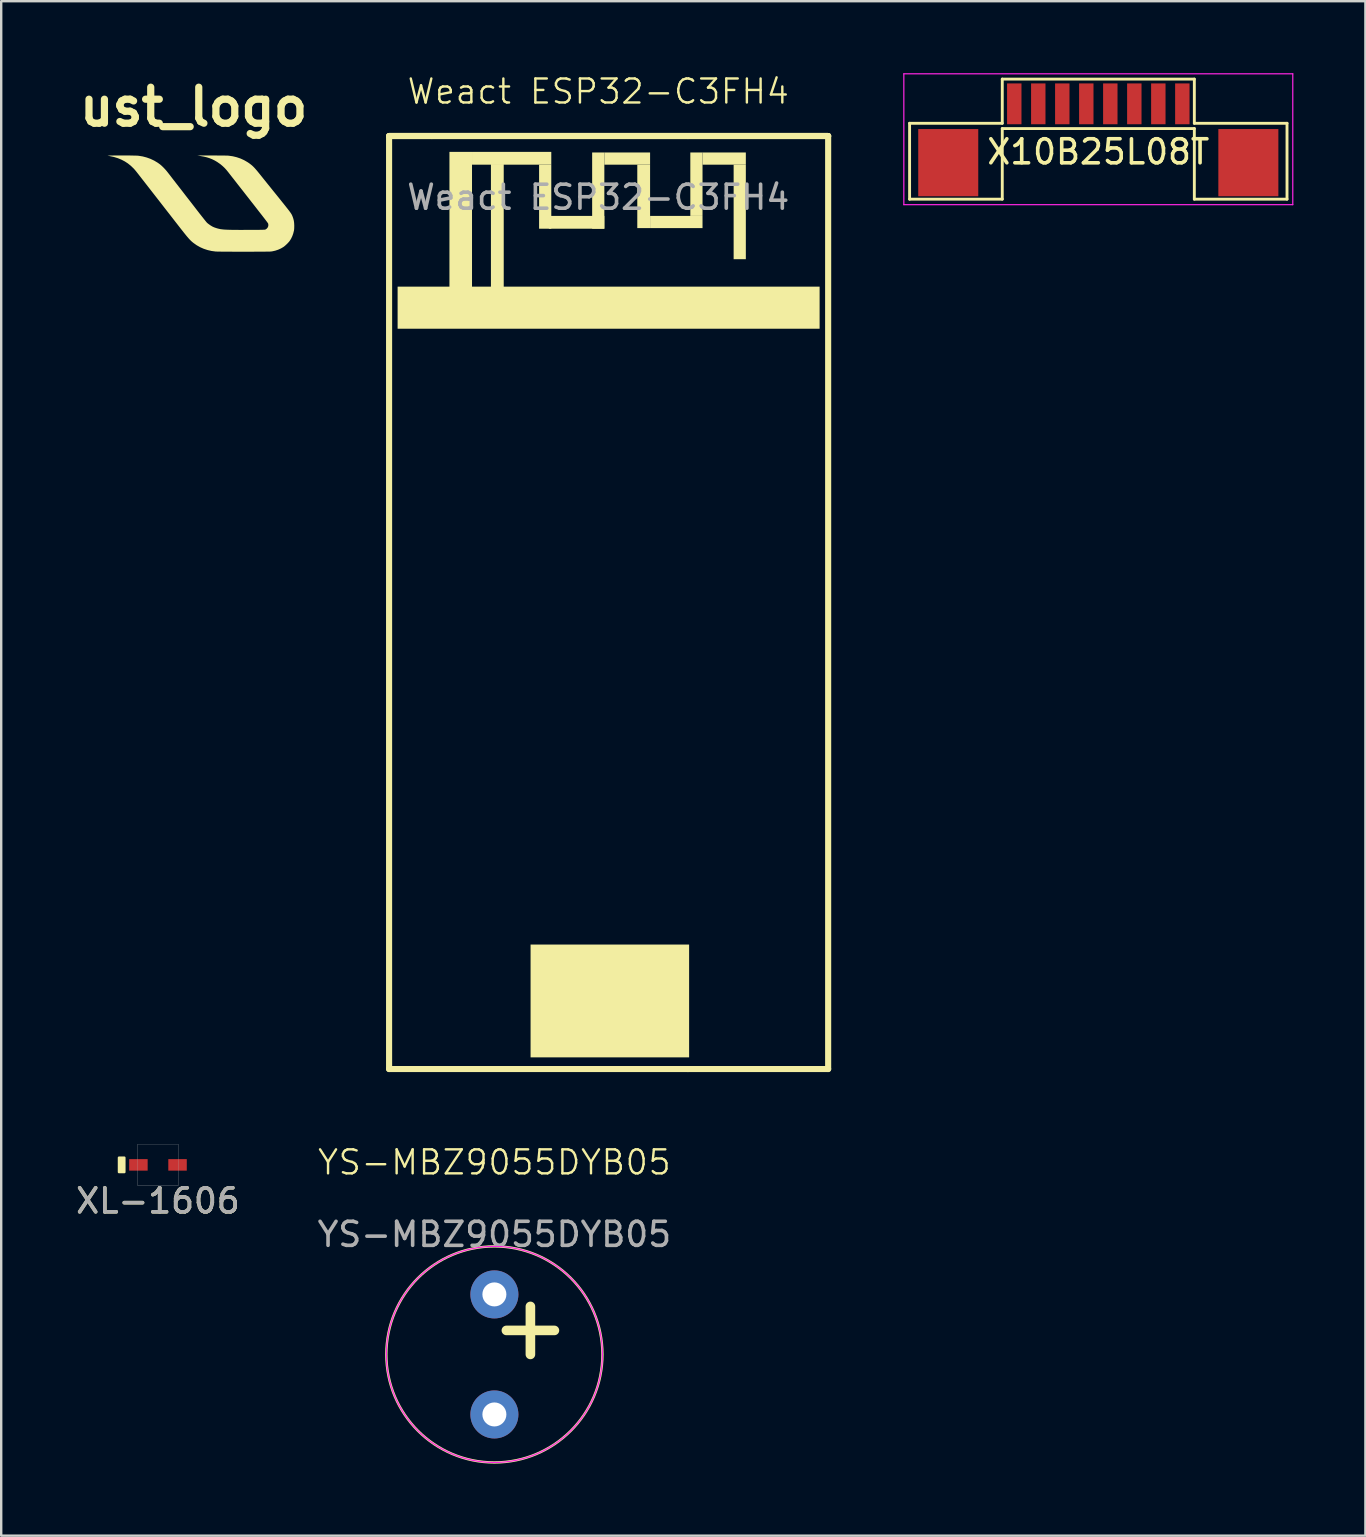
<source format=kicad_pcb>
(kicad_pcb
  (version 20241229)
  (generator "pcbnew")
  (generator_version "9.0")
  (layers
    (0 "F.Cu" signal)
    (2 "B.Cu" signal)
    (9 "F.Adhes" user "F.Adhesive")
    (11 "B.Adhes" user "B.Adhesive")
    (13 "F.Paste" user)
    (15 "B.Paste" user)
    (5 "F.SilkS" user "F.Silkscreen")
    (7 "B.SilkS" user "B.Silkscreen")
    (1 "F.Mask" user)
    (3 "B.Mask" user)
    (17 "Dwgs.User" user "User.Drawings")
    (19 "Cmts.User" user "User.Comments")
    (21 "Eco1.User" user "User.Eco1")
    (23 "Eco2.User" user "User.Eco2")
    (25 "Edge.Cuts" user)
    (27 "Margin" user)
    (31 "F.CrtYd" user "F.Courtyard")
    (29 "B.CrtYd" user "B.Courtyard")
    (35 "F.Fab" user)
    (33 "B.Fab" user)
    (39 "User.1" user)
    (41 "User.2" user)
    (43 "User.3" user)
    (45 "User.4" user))
  (footprint "YS-MBZ9055DYB05"
    (layer "F.Cu")
    (at 17.542 45.864)
    (property "Reference" "YS-MBZ9055DYB05" (at 0 -0.5 0) (unlocked yes) (layer "F.SilkS") (effects (font (size 1 1) (thickness 0.1))))
    (attr through_hole)
    (fp_line (start 0.5 6.5) (end 2.5 6.5) (stroke (width 0.4) (type default)) (layer "F.SilkS"))
    (fp_line (start 1.5 5.5) (end 1.5 7.5) (stroke (width 0.4) (type default)) (layer "F.SilkS"))
    (fp_circle (center 0 7.5) (end 4.5 7.5) (stroke (width 0.1) (type default)) (fill no) (layer "F.SilkS"))
    (fp_circle (center 0 7.5) (end 4.5 7.5) (stroke (width 0.05) (type default)) (fill no) (layer "F.CrtYd"))
    (fp_text user "${REFERENCE}" (at 0 2.5 0) (unlocked yes) (layer "F.Fab") (effects (font (size 1 1) (thickness 0.15))))
    (pad "1" thru_hole circle (at 0 5) (size 2 2) (drill 1) (layers "*.Cu" "*.Mask"))
    (pad "2" thru_hole circle (at 0 10) (size 2 2) (drill 1) (layers "*.Cu" "*.Mask")))
  (footprint "XL-1606"
    (layer "F.Cu")
    (at 3.53 45.469)
    (property "Reference" "XL-1606" (at 0 1.5 0) (unlocked yes) (layer "F.SilkS") (effects (font (size 1 1) (thickness 0.15))))
    (attr smd)
    (fp_rect (start -1.625 -0.3) (end -1.4 0.3) (stroke (width 0.1) (type solid)) (fill yes) (layer "F.SilkS"))
    (fp_rect (start -0.85 -0.86) (end 0.85 0.86) (stroke (width 0.01) (type default)) (fill no) (layer "F.Fab"))
    (fp_text user "${REFERENCE}" (at 0 1.5 0) (unlocked yes) (layer "F.Fab") (effects (font (size 1 1) (thickness 0.15))))
    (pad "1" smd rect (at -0.815 0) (size 0.77 0.48) (layers "F.Cu" "F.Mask" "F.Paste"))
    (pad "2" smd rect (at 0.815 0) (size 0.77 0.48) (layers "F.Cu" "F.Mask" "F.Paste")))
  (footprint "X10B25L08T"
    (layer "F.Cu")
    (at 42.696 1.275)
    (property "Reference" "X10B25L08T" (at 0 2 0) (layer "F.SilkS") (effects (font (size 1 1) (thickness 0.15))))
    (attr smd)
    (fp_line (start -7.86 0.81) (end -4 0.81) (stroke (width 0.12) (type default)) (layer "F.SilkS"))
    (fp_line (start -7.86 3.97) (end -7.86 0.81) (stroke (width 0.12) (type default)) (layer "F.SilkS"))
    (fp_line (start -4 -1.03) (end 4 -1.03) (stroke (width 0.12) (type default)) (layer "F.SilkS"))
    (fp_line (start -4 0.81) (end -4 -1.03) (stroke (width 0.12) (type default)) (layer "F.SilkS"))
    (fp_line (start -4 1.03) (end -4 3.97) (stroke (width 0.12) (type default)) (layer "F.SilkS"))
    (fp_line (start -4 1.03) (end 4 1.03) (stroke (width 0.12) (type default)) (layer "F.SilkS"))
    (fp_line (start -4 3.97) (end -7.86 3.97) (stroke (width 0.12) (type default)) (layer "F.SilkS"))
    (fp_line (start 4 0.81) (end 4 -1.03) (stroke (width 0.12) (type default)) (layer "F.SilkS"))
    (fp_line (start 4 1.03) (end 4 3.97) (stroke (width 0.12) (type default)) (layer "F.SilkS"))
    (fp_line (start 4 3.97) (end 7.86 3.97) (stroke (width 0.12) (type default)) (layer "F.SilkS"))
    (fp_line (start 7.86 0.81) (end 4 0.81) (stroke (width 0.12) (type default)) (layer "F.SilkS"))
    (fp_line (start 7.86 3.97) (end 7.86 0.81) (stroke (width 0.12) (type default)) (layer "F.SilkS"))
    (fp_line (start -8.1 -1.25) (end -8.1 4.2) (stroke (width 0.05) (type default)) (layer "F.CrtYd"))
    (fp_line (start -8.1 -1.25) (end 8.1 -1.25) (stroke (width 0.05) (type default)) (layer "F.CrtYd"))
    (fp_line (start -8.1 4.2) (end 8.1 4.2) (stroke (width 0.05) (type default)) (layer "F.CrtYd"))
    (fp_line (start 8.1 -1.25) (end 8.1 4.2) (stroke (width 0.05) (type default)) (layer "F.CrtYd"))
    (pad "0" smd rect (at -6.25 2.45) (size 2.5 2.8) (layers "F.Cu" "F.Mask" "F.Paste"))
    (pad "0" smd rect (at 6.25 2.45) (size 2.5 2.8) (layers "F.Cu" "F.Mask" "F.Paste"))
    (pad "1" smd rect (at -3.5 0) (size 0.6 1.7) (layers "F.Cu" "F.Mask" "F.Paste"))
    (pad "2" smd rect (at -2.5 0) (size 0.6 1.7) (layers "F.Cu" "F.Mask" "F.Paste"))
    (pad "3" smd rect (at -1.5 0) (size 0.6 1.7) (layers "F.Cu" "F.Mask" "F.Paste"))
    (pad "4" smd rect (at -0.5 0) (size 0.6 1.7) (layers "F.Cu" "F.Mask" "F.Paste"))
    (pad "5" smd rect (at 0.5 0) (size 0.6 1.7) (layers "F.Cu" "F.Mask" "F.Paste"))
    (pad "6" smd rect (at 1.5 0) (size 0.6 1.7) (layers "F.Cu" "F.Mask" "F.Paste"))
    (pad "7" smd rect (at 2.5 0) (size 0.6 1.7) (layers "F.Cu" "F.Mask" "F.Paste"))
    (pad "8" smd rect (at 3.5 0) (size 0.6 1.7) (layers "F.Cu" "F.Mask" "F.Paste")))
  (footprint "Weact ESP32-C3FH4"
    (layer "F.Cu")
    (at 21.868 2.666)
    (property "Reference" "Weact ESP32-C3FH4" (at 0 -1.905 0) (unlocked yes) (layer "F.SilkS") (effects (font (size 1 1) (thickness 0.1))))
    (attr smd)
    (fp_line (start -8.712 -0.051) (end -6.934 -0.051) (stroke (width 0.254) (type solid)) (layer "F.SilkS"))
    (fp_line (start -8.712 -0.051) (end 3.734 -0.051) (stroke (width 0.254) (type solid)) (layer "F.SilkS"))
    (fp_line (start -8.712 38.811) (end -8.712 -0.051) (stroke (width 0.254) (type solid)) (layer "F.SilkS"))
    (fp_line (start -8.712 38.811) (end 3.734 38.811) (stroke (width 0.254) (type solid)) (layer "F.SilkS"))
    (fp_line (start -6.934 -0.051) (end 9.576 -0.051) (stroke (width 0.254) (type solid)) (layer "F.SilkS"))
    (fp_line (start 3.734 -0.051) (end 9.576 -0.051) (stroke (width 0.254) (type solid)) (layer "F.SilkS"))
    (fp_line (start 3.734 38.811) (end 9.576 38.811) (stroke (width 0.254) (type solid)) (layer "F.SilkS"))
    (fp_line (start 9.576 38.811) (end 9.576 -0.051) (stroke (width 0.254) (type solid)) (layer "F.SilkS"))
    (fp_rect (start -6.198 6.248) (end -5.258 0.61) (stroke (width 0) (type default)) (fill yes) (layer "F.SilkS"))
    (fp_rect (start -5.258 1.143) (end -1.956 0.61) (stroke (width 0) (type default)) (fill yes) (layer "F.SilkS"))
    (fp_rect (start -4.47 6.248) (end -3.937 1.118) (stroke (width 0) (type default)) (fill yes) (layer "F.SilkS"))
    (fp_rect (start -2.819 38.325) (end 3.785 33.626) (stroke (width 0) (type default)) (fill yes) (layer "F.SilkS"))
    (fp_rect (start -2.464 3.81) (end -1.956 1.143) (stroke (width 0) (type default)) (fill yes) (layer "F.SilkS"))
    (fp_rect (start -2.057 3.81) (end 0.254 3.277) (stroke (width 0) (type default)) (fill yes) (layer "F.SilkS"))
    (fp_rect (start -0.254 3.81) (end 0.254 0.635) (stroke (width 0) (type default)) (fill yes) (layer "F.SilkS"))
    (fp_rect (start 0.254 1.143) (end 2.159 0.635) (stroke (width 0) (type default)) (fill yes) (layer "F.SilkS"))
    (fp_rect (start 1.626 3.785) (end 2.159 1.143) (stroke (width 0) (type default)) (fill yes) (layer "F.SilkS"))
    (fp_rect (start 2.159 3.785) (end 4.343 3.277) (stroke (width 0) (type default)) (fill yes) (layer "F.SilkS"))
    (fp_rect (start 3.835 3.277) (end 4.343 0.635) (stroke (width 0) (type default)) (fill yes) (layer "F.SilkS"))
    (fp_rect (start 4.343 1.143) (end 6.147 0.635) (stroke (width 0) (type default)) (fill yes) (layer "F.SilkS"))
    (fp_rect (start 5.639 5.08) (end 6.147 1.143) (stroke (width 0) (type default)) (fill yes) (layer "F.SilkS"))
    (fp_poly (pts (xy 9.22 7.976) (xy -8.357 7.976) (xy -8.357 6.223) (xy 9.22 6.223)) (stroke (width 0) (type default)) (fill yes) (layer "F.SilkS"))
    (fp_text user "${REFERENCE}" (at 0 2.5 0) (unlocked yes) (layer "F.Fab") (effects (font (size 1 1) (thickness 0.15)))))
  (footprint "ust_logo"
    (layer "F.Cu")
    (at 5.395 5.468)
    (property "Reference" "ust_logo" (at -0.381 -4.064 0) (layer "F.SilkS") (effects (font (size 1.5 1.5) (thickness 0.3))))
    (attr board_only exclude_from_pos_files exclude_from_bom)
    (fp_poly (pts (xy -3.339 -2.043) (xy -3.253 -2.043) (xy -3.168 -2.042) (xy -3.085 -2.042) (xy -3.005 -2.041) (xy -2.93 -2.039) (xy -2.862 -2.038) (xy -2.801 -2.037) (xy -2.749 -2.035) (xy -2.707 -2.033) (xy -2.677 -2.03) (xy -2.673 -2.03) (xy -2.501 -2.002) (xy -2.335 -1.958) (xy -2.174 -1.9) (xy -2.021 -1.827) (xy -1.876 -1.74) (xy -1.788 -1.677) (xy -1.738 -1.636) (xy -1.683 -1.585) (xy -1.624 -1.527) (xy -1.567 -1.466) (xy -1.513 -1.405) (xy -1.476 -1.359) (xy -1.414 -1.28) (xy -1.344 -1.19) (xy -1.267 -1.089) (xy -1.183 -0.981) (xy -1.094 -0.866) (xy -1.001 -0.746) (xy -0.905 -0.623) (xy -0.809 -0.499) (xy -0.713 -0.374) (xy -0.618 -0.252) (xy -0.525 -0.133) (xy -0.437 -0.019) (xy -0.354 0.088) (xy -0.278 0.187) (xy -0.255 0.217) (xy -0.192 0.298) (xy -0.131 0.377) (xy -0.072 0.451) (xy -0.018 0.52) (xy 0.032 0.583) (xy 0.076 0.638) (xy 0.113 0.684) (xy 0.143 0.721) (xy 0.165 0.747) (xy 0.178 0.76) (xy 0.178 0.761) (xy 0.218 0.795) (xy 0.268 0.832) (xy 0.322 0.87) (xy 0.375 0.902) (xy 0.415 0.925) (xy 0.479 0.953) (xy 0.554 0.979) (xy 0.634 1.003) (xy 0.714 1.021) (xy 0.738 1.026) (xy 0.776 1.031) (xy 0.817 1.036) (xy 0.862 1.041) (xy 0.914 1.045) (xy 0.972 1.048) (xy 1.038 1.051) (xy 1.113 1.053) (xy 1.198 1.055) (xy 1.294 1.056) (xy 1.402 1.057) (xy 1.523 1.058) (xy 1.657 1.058) (xy 1.807 1.057) (xy 1.887 1.057) (xy 2.012 1.057) (xy 2.12 1.056) (xy 2.214 1.056) (xy 2.295 1.055) (xy 2.364 1.055) (xy 2.421 1.054) (xy 2.468 1.053) (xy 2.506 1.052) (xy 2.537 1.051) (xy 2.56 1.05) (xy 2.578 1.049) (xy 2.592 1.047) (xy 2.602 1.045) (xy 2.609 1.042) (xy 2.616 1.039) (xy 2.621 1.036) (xy 2.668 1.003) (xy 2.703 0.96) (xy 2.725 0.911) (xy 2.733 0.858) (xy 2.726 0.804) (xy 2.722 0.791) (xy 2.719 0.786) (xy 2.713 0.777) (xy 2.704 0.763) (xy 2.691 0.745) (xy 2.674 0.722) (xy 2.653 0.694) (xy 2.627 0.659) (xy 2.596 0.618) (xy 2.559 0.57) (xy 2.516 0.515) (xy 2.468 0.452) (xy 2.412 0.381) (xy 2.35 0.302) (xy 2.281 0.213) (xy 2.205 0.115) (xy 2.12 0.006) (xy 2.027 -0.112) (xy 1.926 -0.242) (xy 1.816 -0.382) (xy 1.697 -0.535) (xy 1.568 -0.699) (xy 1.429 -0.876) (xy 1.404 -0.909) (xy 1.348 -0.98) (xy 1.295 -1.049) (xy 1.243 -1.114) (xy 1.196 -1.174) (xy 1.154 -1.228) (xy 1.118 -1.274) (xy 1.089 -1.311) (xy 1.069 -1.337) (xy 1.062 -1.346) (xy 0.986 -1.44) (xy 0.911 -1.522) (xy 0.834 -1.595) (xy 0.752 -1.665) (xy 0.705 -1.7) (xy 0.601 -1.772) (xy 0.498 -1.833) (xy 0.393 -1.885) (xy 0.283 -1.929) (xy 0.165 -1.966) (xy 0.037 -1.996) (xy -0.105 -2.021) (xy -0.133 -2.025) (xy -0.237 -2.041) (xy 0.376 -2.042) (xy 0.5 -2.042) (xy 0.615 -2.041) (xy 0.72 -2.041) (xy 0.814 -2.04) (xy 0.896 -2.039) (xy 0.964 -2.038) (xy 1.019 -2.037) (xy 1.059 -2.035) (xy 1.08 -2.033) (xy 1.25 -2.009) (xy 1.415 -1.969) (xy 1.573 -1.915) (xy 1.724 -1.846) (xy 1.867 -1.763) (xy 1.931 -1.72) (xy 1.974 -1.688) (xy 2.014 -1.657) (xy 2.052 -1.626) (xy 2.089 -1.592) (xy 2.126 -1.555) (xy 2.166 -1.513) (xy 2.209 -1.464) (xy 2.258 -1.408) (xy 2.313 -1.341) (xy 2.376 -1.263) (xy 2.403 -1.23) (xy 2.454 -1.166) (xy 2.513 -1.092) (xy 2.579 -1.01) (xy 2.649 -0.923) (xy 2.722 -0.832) (xy 2.796 -0.741) (xy 2.868 -0.651) (xy 2.936 -0.566) (xy 2.962 -0.534) (xy 3.064 -0.408) (xy 3.156 -0.294) (xy 3.238 -0.192) (xy 3.311 -0.1) (xy 3.376 -0.019) (xy 3.434 0.053) (xy 3.484 0.117) (xy 3.528 0.172) (xy 3.566 0.221) (xy 3.598 0.262) (xy 3.625 0.299) (xy 3.648 0.33) (xy 3.666 0.357) (xy 3.682 0.381) (xy 3.695 0.401) (xy 3.705 0.42) (xy 3.714 0.437) (xy 3.722 0.454) (xy 3.729 0.471) (xy 3.736 0.489) (xy 3.741 0.5) (xy 3.772 0.59) (xy 3.794 0.678) (xy 3.806 0.77) (xy 3.811 0.871) (xy 3.811 0.888) (xy 3.81 0.962) (xy 3.807 1.023) (xy 3.801 1.074) (xy 3.797 1.094) (xy 3.768 1.21) (xy 3.728 1.322) (xy 3.678 1.426) (xy 3.626 1.509) (xy 3.594 1.551) (xy 3.551 1.598) (xy 3.502 1.648) (xy 3.452 1.695) (xy 3.403 1.737) (xy 3.365 1.766) (xy 3.259 1.829) (xy 3.144 1.881) (xy 3.022 1.922) (xy 2.898 1.95) (xy 2.84 1.958) (xy 2.821 1.959) (xy 2.787 1.961) (xy 2.738 1.961) (xy 2.677 1.962) (xy 2.604 1.963) (xy 2.52 1.964) (xy 2.427 1.964) (xy 2.326 1.965) (xy 2.218 1.965) (xy 2.105 1.966) (xy 1.988 1.966) (xy 1.867 1.966) (xy 1.745 1.966) (xy 1.622 1.966) (xy 1.499 1.966) (xy 1.379 1.966) (xy 1.262 1.966) (xy 1.149 1.965) (xy 1.042 1.965) (xy 0.941 1.964) (xy 0.849 1.964) (xy 0.766 1.963) (xy 0.693 1.962) (xy 0.632 1.961) (xy 0.585 1.96) (xy 0.551 1.959) (xy 0.536 1.958) (xy 0.365 1.935) (xy 0.2 1.897) (xy 0.042 1.845) (xy -0.109 1.778) (xy -0.252 1.697) (xy -0.385 1.603) (xy -0.424 1.572) (xy -0.452 1.548) (xy -0.479 1.524) (xy -0.507 1.497) (xy -0.536 1.467) (xy -0.567 1.434) (xy -0.602 1.395) (xy -0.64 1.351) (xy -0.683 1.299) (xy -0.731 1.24) (xy -0.785 1.173) (xy -0.846 1.095) (xy -0.915 1.008) (xy -0.993 0.908) (xy -1.067 0.813) (xy -1.135 0.726) (xy -1.211 0.628) (xy -1.294 0.521) (xy -1.383 0.406) (xy -1.477 0.286) (xy -1.573 0.163) (xy -1.67 0.038) (xy -1.767 -0.087) (xy -1.862 -0.209) (xy -1.954 -0.327) (xy -2.041 -0.439) (xy -2.05 -0.45) (xy -2.127 -0.549) (xy -2.203 -0.647) (xy -2.277 -0.742) (xy -2.348 -0.833) (xy -2.416 -0.92) (xy -2.478 -1) (xy -2.536 -1.074) (xy -2.587 -1.14) (xy -2.631 -1.196) (xy -2.667 -1.243) (xy -2.695 -1.278) (xy -2.712 -1.3) (xy -2.748 -1.346) (xy -2.786 -1.393) (xy -2.822 -1.436) (xy -2.854 -1.473) (xy -2.875 -1.496) (xy -2.993 -1.61) (xy -3.117 -1.71) (xy -3.249 -1.796) (xy -3.39 -1.869) (xy -3.539 -1.93) (xy -3.699 -1.979) (xy -3.87 -2.016) (xy -3.95 -2.029) (xy -3.959 -2.031) (xy -3.952 -2.033) (xy -3.931 -2.035) (xy -3.898 -2.037) (xy -3.853 -2.039) (xy -3.799 -2.04) (xy -3.736 -2.041) (xy -3.666 -2.042) (xy -3.59 -2.042) (xy -3.509 -2.043) (xy -3.425 -2.043)) (stroke (width 0) (type solid)) (fill yes) (layer "F.SilkS")))
  (gr_rect
    (start -3 -3)
    (end 53.821 60.914)
    (stroke (width 0.1) (type default))
    (fill no)
    (layer "Edge.Cuts")))
</source>
